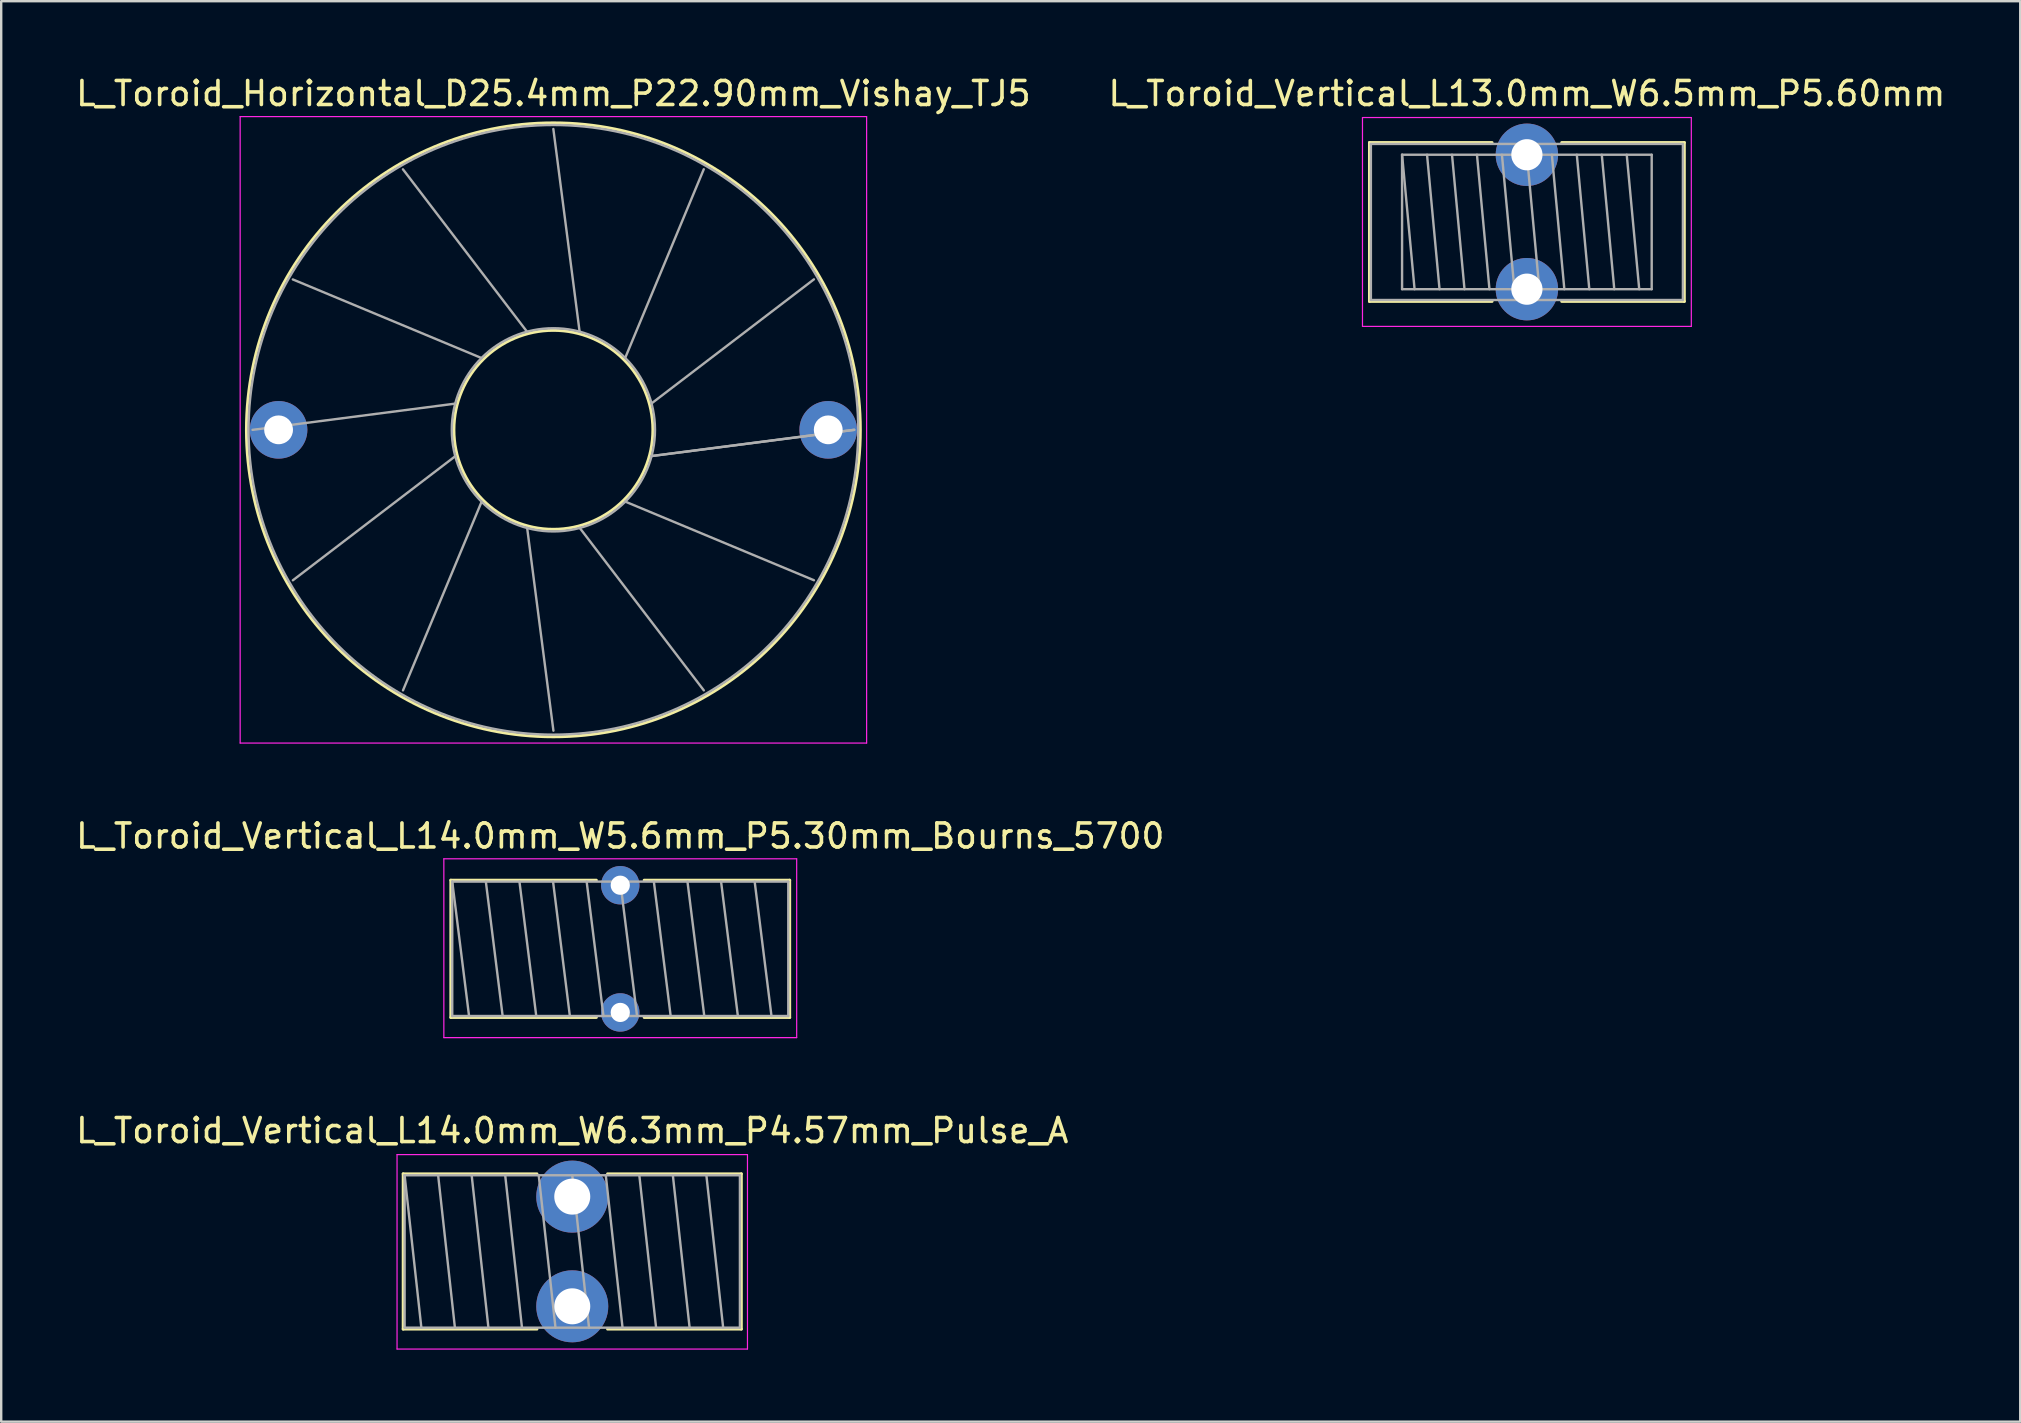
<source format=kicad_pcb>
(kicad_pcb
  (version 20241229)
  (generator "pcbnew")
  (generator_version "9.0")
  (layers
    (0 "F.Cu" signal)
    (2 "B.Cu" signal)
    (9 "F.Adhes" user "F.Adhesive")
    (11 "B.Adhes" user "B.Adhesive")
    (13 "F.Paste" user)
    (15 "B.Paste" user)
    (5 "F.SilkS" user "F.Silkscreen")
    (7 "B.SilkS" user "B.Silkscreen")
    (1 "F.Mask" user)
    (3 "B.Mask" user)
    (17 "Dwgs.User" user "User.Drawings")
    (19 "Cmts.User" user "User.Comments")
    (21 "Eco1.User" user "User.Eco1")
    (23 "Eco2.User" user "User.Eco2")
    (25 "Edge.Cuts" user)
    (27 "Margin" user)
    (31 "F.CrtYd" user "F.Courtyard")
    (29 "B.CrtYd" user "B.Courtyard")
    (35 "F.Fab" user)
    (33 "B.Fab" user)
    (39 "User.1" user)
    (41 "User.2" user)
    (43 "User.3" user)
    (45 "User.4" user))
  (footprint "L_Toroid_Horizontal_D25.4mm_P22.90mm_Vishay_TJ5"
    (layer "F.Cu")
    (at 8.556 14.858)
    (property "Reference" "L_Toroid_Horizontal_D25.4mm_P22.90mm_Vishay_TJ5" (at 11.45 -14.01 0) (layer "F.SilkS") (effects (font (size 1 1) (thickness 0.15))))
    (attr through_hole)
    (fp_circle (center 11.45 0) (end 15.593 0) (stroke (width 0.12) (type solid)) (fill no) (layer "F.SilkS"))
    (fp_circle (center 11.45 0) (end 24.24 0) (stroke (width 0.12) (type solid)) (fill no) (layer "F.SilkS"))
    (fp_line (start -1.6 -13.05) (end -1.6 13.05) (stroke (width 0.05) (type solid)) (layer "F.CrtYd"))
    (fp_line (start -1.6 13.05) (end 24.5 13.05) (stroke (width 0.05) (type solid)) (layer "F.CrtYd"))
    (fp_line (start 24.5 -13.05) (end -1.6 -13.05) (stroke (width 0.05) (type solid)) (layer "F.CrtYd"))
    (fp_line (start 24.5 13.05) (end 24.5 -13.05) (stroke (width 0.05) (type solid)) (layer "F.CrtYd"))
    (fp_line (start -1.084 0.001) (end 7.368 -1.093) (stroke (width 0.1) (type solid)) (layer "F.Fab"))
    (fp_line (start 0.594 -6.266) (end 8.461 -2.988) (stroke (width 0.1) (type solid)) (layer "F.Fab"))
    (fp_line (start 0.596 6.268) (end 7.368 1.094) (stroke (width 0.1) (type solid)) (layer "F.Fab"))
    (fp_line (start 5.182 -10.854) (end 10.356 -4.082) (stroke (width 0.1) (type solid)) (layer "F.Fab"))
    (fp_line (start 5.184 10.855) (end 8.462 2.989) (stroke (width 0.1) (type solid)) (layer "F.Fab"))
    (fp_line (start 11.448 -12.534) (end 12.543 -4.082) (stroke (width 0.1) (type solid)) (layer "F.Fab"))
    (fp_line (start 11.451 12.534) (end 10.356 4.082) (stroke (width 0.1) (type solid)) (layer "F.Fab"))
    (fp_line (start 17.715 -10.856) (end 14.438 -2.989) (stroke (width 0.1) (type solid)) (layer "F.Fab"))
    (fp_line (start 17.717 10.855) (end 12.544 4.082) (stroke (width 0.1) (type solid)) (layer "F.Fab"))
    (fp_line (start 22.304 -6.269) (end 15.532 -1.095) (stroke (width 0.1) (type solid)) (layer "F.Fab"))
    (fp_line (start 22.305 6.267) (end 14.438 2.988) (stroke (width 0.1) (type solid)) (layer "F.Fab"))
    (fp_line (start 23.984 -0.002) (end 15.532 1.093) (stroke (width 0.1) (type solid)) (layer "F.Fab"))
    (fp_line (start 23.984 0) (end 15.532 1.094) (stroke (width 0.1) (type solid)) (layer "F.Fab"))
    (fp_circle (center 11.45 0) (end 15.683 0) (stroke (width 0.1) (type solid)) (fill no) (layer "F.Fab"))
    (fp_circle (center 11.45 0) (end 24.15 0) (stroke (width 0.1) (type solid)) (fill no) (layer "F.Fab"))
    (pad "1" thru_hole circle (at 0 0) (size 2.4 2.4) (drill 1.2) (layers "*.Cu" "*.Mask"))
    (pad "2" thru_hole circle (at 22.9 0) (size 2.4 2.4) (drill 1.2) (layers "*.Cu" "*.Mask")))
  (footprint "L_Toroid_Vertical_L13.0mm_W6.5mm_P5.60mm"
    (layer "F.Cu")
    (at 60.565 3.398)
    (property "Reference" "L_Toroid_Vertical_L13.0mm_W6.5mm_P5.60mm" (at 0 -2.55 0) (layer "F.SilkS") (effects (font (size 1 1) (thickness 0.15))))
    (attr through_hole)
    (fp_line (start -6.56 -0.51) (end -6.56 6.11) (stroke (width 0.12) (type solid)) (layer "F.SilkS"))
    (fp_line (start -6.56 -0.51) (end -1.449 -0.51) (stroke (width 0.12) (type solid)) (layer "F.SilkS"))
    (fp_line (start -6.56 6.11) (end -1.449 6.11) (stroke (width 0.12) (type solid)) (layer "F.SilkS"))
    (fp_line (start 1.449 -0.51) (end 6.56 -0.51) (stroke (width 0.12) (type solid)) (layer "F.SilkS"))
    (fp_line (start 1.449 6.11) (end 6.56 6.11) (stroke (width 0.12) (type solid)) (layer "F.SilkS"))
    (fp_line (start 6.56 -0.51) (end 6.56 6.11) (stroke (width 0.12) (type solid)) (layer "F.SilkS"))
    (fp_line (start -6.85 -1.55) (end -6.85 7.15) (stroke (width 0.05) (type solid)) (layer "F.CrtYd"))
    (fp_line (start -6.85 7.15) (end 6.85 7.15) (stroke (width 0.05) (type solid)) (layer "F.CrtYd"))
    (fp_line (start 6.85 -1.55) (end -6.85 -1.55) (stroke (width 0.05) (type solid)) (layer "F.CrtYd"))
    (fp_line (start 6.85 7.15) (end 6.85 -1.55) (stroke (width 0.05) (type solid)) (layer "F.CrtYd"))
    (fp_line (start -6.5 -0.45) (end -6.5 6.05) (stroke (width 0.1) (type solid)) (layer "F.Fab"))
    (fp_line (start -6.5 6.05) (end 6.5 6.05) (stroke (width 0.1) (type solid)) (layer "F.Fab"))
    (fp_line (start -5.2 0) (end -5.2 5.6) (stroke (width 0.1) (type solid)) (layer "F.Fab"))
    (fp_line (start -5.2 0) (end -4.68 5.6) (stroke (width 0.1) (type solid)) (layer "F.Fab"))
    (fp_line (start -5.2 5.6) (end 5.2 5.6) (stroke (width 0.1) (type solid)) (layer "F.Fab"))
    (fp_line (start -4.16 0) (end -3.64 5.6) (stroke (width 0.1) (type solid)) (layer "F.Fab"))
    (fp_line (start -3.12 0) (end -2.6 5.6) (stroke (width 0.1) (type solid)) (layer "F.Fab"))
    (fp_line (start -2.08 0) (end -1.56 5.6) (stroke (width 0.1) (type solid)) (layer "F.Fab"))
    (fp_line (start -1.04 0) (end -0.52 5.6) (stroke (width 0.1) (type solid)) (layer "F.Fab"))
    (fp_line (start 0 0) (end 0.52 5.6) (stroke (width 0.1) (type solid)) (layer "F.Fab"))
    (fp_line (start 1.04 0) (end 1.56 5.6) (stroke (width 0.1) (type solid)) (layer "F.Fab"))
    (fp_line (start 2.08 0) (end 2.6 5.6) (stroke (width 0.1) (type solid)) (layer "F.Fab"))
    (fp_line (start 3.12 0) (end 3.64 5.6) (stroke (width 0.1) (type solid)) (layer "F.Fab"))
    (fp_line (start 4.16 0) (end 4.68 5.6) (stroke (width 0.1) (type solid)) (layer "F.Fab"))
    (fp_line (start 5.2 0) (end -5.2 0) (stroke (width 0.1) (type solid)) (layer "F.Fab"))
    (fp_line (start 5.2 5.6) (end 5.2 0) (stroke (width 0.1) (type solid)) (layer "F.Fab"))
    (fp_line (start 6.5 -0.45) (end -6.5 -0.45) (stroke (width 0.1) (type solid)) (layer "F.Fab"))
    (fp_line (start 6.5 6.05) (end 6.5 -0.45) (stroke (width 0.1) (type solid)) (layer "F.Fab"))
    (pad "1" thru_hole circle (at 0 0) (size 2.6 2.6) (drill 1.3) (layers "*.Cu" "*.Mask"))
    (pad "2" thru_hole circle (at 0 5.6) (size 2.6 2.6) (drill 1.3) (layers "*.Cu" "*.Mask")))
  (footprint "L_Toroid_Vertical_L14.0mm_W5.6mm_P5.30mm_Bourns_5700"
    (layer "F.Cu")
    (at 22.792 33.831)
    (property "Reference" "L_Toroid_Vertical_L14.0mm_W5.6mm_P5.30mm_Bourns_5700" (at 0 -2.05 0) (layer "F.SilkS") (effects (font (size 1 1) (thickness 0.15))))
    (attr through_hole)
    (fp_line (start -7.06 -0.21) (end -7.06 5.51) (stroke (width 0.12) (type solid)) (layer "F.SilkS"))
    (fp_line (start -7.06 -0.21) (end -0.995 -0.21) (stroke (width 0.12) (type solid)) (layer "F.SilkS"))
    (fp_line (start -7.06 5.51) (end -0.995 5.51) (stroke (width 0.12) (type solid)) (layer "F.SilkS"))
    (fp_line (start 0.995 -0.21) (end 7.06 -0.21) (stroke (width 0.12) (type solid)) (layer "F.SilkS"))
    (fp_line (start 0.995 5.51) (end 7.06 5.51) (stroke (width 0.12) (type solid)) (layer "F.SilkS"))
    (fp_line (start 7.06 -0.21) (end 7.06 5.51) (stroke (width 0.12) (type solid)) (layer "F.SilkS"))
    (fp_line (start -7.35 -1.1) (end -7.35 6.35) (stroke (width 0.05) (type solid)) (layer "F.CrtYd"))
    (fp_line (start -7.35 6.35) (end 7.35 6.35) (stroke (width 0.05) (type solid)) (layer "F.CrtYd"))
    (fp_line (start 7.35 -1.1) (end -7.35 -1.1) (stroke (width 0.05) (type solid)) (layer "F.CrtYd"))
    (fp_line (start 7.35 6.35) (end 7.35 -1.1) (stroke (width 0.05) (type solid)) (layer "F.CrtYd"))
    (fp_line (start -7 -0.15) (end -7 5.45) (stroke (width 0.1) (type solid)) (layer "F.Fab"))
    (fp_line (start -7 -0.15) (end -6.3 5.45) (stroke (width 0.1) (type solid)) (layer "F.Fab"))
    (fp_line (start -7 5.45) (end 7 5.45) (stroke (width 0.1) (type solid)) (layer "F.Fab"))
    (fp_line (start -5.6 -0.15) (end -4.9 5.45) (stroke (width 0.1) (type solid)) (layer "F.Fab"))
    (fp_line (start -4.2 -0.15) (end -3.5 5.45) (stroke (width 0.1) (type solid)) (layer "F.Fab"))
    (fp_line (start -2.8 -0.15) (end -2.1 5.45) (stroke (width 0.1) (type solid)) (layer "F.Fab"))
    (fp_line (start -1.4 -0.15) (end -0.7 5.45) (stroke (width 0.1) (type solid)) (layer "F.Fab"))
    (fp_line (start 0 -0.15) (end 0.7 5.45) (stroke (width 0.1) (type solid)) (layer "F.Fab"))
    (fp_line (start 1.4 -0.15) (end 2.1 5.45) (stroke (width 0.1) (type solid)) (layer "F.Fab"))
    (fp_line (start 2.8 -0.15) (end 3.5 5.45) (stroke (width 0.1) (type solid)) (layer "F.Fab"))
    (fp_line (start 4.2 -0.15) (end 4.9 5.45) (stroke (width 0.1) (type solid)) (layer "F.Fab"))
    (fp_line (start 5.6 -0.15) (end 6.3 5.45) (stroke (width 0.1) (type solid)) (layer "F.Fab"))
    (fp_line (start 7 -0.15) (end -7 -0.15) (stroke (width 0.1) (type solid)) (layer "F.Fab"))
    (fp_line (start 7 5.45) (end 7 -0.15) (stroke (width 0.1) (type solid)) (layer "F.Fab"))
    (pad "1" thru_hole circle (at 0 0) (size 1.6 1.6) (drill 0.8) (layers "*.Cu" "*.Mask"))
    (pad "2" thru_hole circle (at 0 5.3) (size 1.6 1.6) (drill 0.8) (layers "*.Cu" "*.Mask")))
  (footprint "L_Toroid_Vertical_L14.0mm_W6.3mm_P4.57mm_Pulse_A"
    (layer "F.Cu")
    (at 20.792 46.805)
    (property "Reference" "L_Toroid_Vertical_L14.0mm_W6.3mm_P4.57mm_Pulse_A" (at 0 -2.75 0) (layer "F.SilkS") (effects (font (size 1 1) (thickness 0.15))))
    (attr through_hole)
    (fp_line (start -7.045 -0.95) (end -7.045 5.52) (stroke (width 0.12) (type solid)) (layer "F.SilkS"))
    (fp_line (start -7.045 -0.95) (end -1.47 -0.95) (stroke (width 0.12) (type solid)) (layer "F.SilkS"))
    (fp_line (start -7.045 5.52) (end -1.47 5.52) (stroke (width 0.12) (type solid)) (layer "F.SilkS"))
    (fp_line (start 1.47 -0.95) (end 7.045 -0.95) (stroke (width 0.12) (type solid)) (layer "F.SilkS"))
    (fp_line (start 1.47 5.52) (end 7.045 5.52) (stroke (width 0.12) (type solid)) (layer "F.SilkS"))
    (fp_line (start 7.045 -0.95) (end 7.045 5.52) (stroke (width 0.12) (type solid)) (layer "F.SilkS"))
    (fp_line (start -7.3 -1.75) (end -7.3 6.35) (stroke (width 0.05) (type solid)) (layer "F.CrtYd"))
    (fp_line (start -7.3 6.35) (end 7.3 6.35) (stroke (width 0.05) (type solid)) (layer "F.CrtYd"))
    (fp_line (start 7.3 -1.75) (end -7.3 -1.75) (stroke (width 0.05) (type solid)) (layer "F.CrtYd"))
    (fp_line (start 7.3 6.35) (end 7.3 -1.75) (stroke (width 0.05) (type solid)) (layer "F.CrtYd"))
    (fp_line (start -6.985 -0.89) (end -6.985 5.46) (stroke (width 0.1) (type solid)) (layer "F.Fab"))
    (fp_line (start -6.985 -0.89) (end -6.287 5.46) (stroke (width 0.1) (type solid)) (layer "F.Fab"))
    (fp_line (start -6.985 5.46) (end 6.985 5.46) (stroke (width 0.1) (type solid)) (layer "F.Fab"))
    (fp_line (start -5.588 -0.89) (end -4.889 5.46) (stroke (width 0.1) (type solid)) (layer "F.Fab"))
    (fp_line (start -4.191 -0.89) (end -3.493 5.46) (stroke (width 0.1) (type solid)) (layer "F.Fab"))
    (fp_line (start -2.794 -0.89) (end -2.095 5.46) (stroke (width 0.1) (type solid)) (layer "F.Fab"))
    (fp_line (start -1.397 -0.89) (end -0.699 5.46) (stroke (width 0.1) (type solid)) (layer "F.Fab"))
    (fp_line (start 0 -0.89) (end 0.699 5.46) (stroke (width 0.1) (type solid)) (layer "F.Fab"))
    (fp_line (start 1.397 -0.89) (end 2.095 5.46) (stroke (width 0.1) (type solid)) (layer "F.Fab"))
    (fp_line (start 2.794 -0.89) (end 3.493 5.46) (stroke (width 0.1) (type solid)) (layer "F.Fab"))
    (fp_line (start 4.191 -0.89) (end 4.889 5.46) (stroke (width 0.1) (type solid)) (layer "F.Fab"))
    (fp_line (start 5.588 -0.89) (end 6.287 5.46) (stroke (width 0.1) (type solid)) (layer "F.Fab"))
    (fp_line (start 6.985 -0.89) (end -6.985 -0.89) (stroke (width 0.1) (type solid)) (layer "F.Fab"))
    (fp_line (start 6.985 5.46) (end 6.985 -0.89) (stroke (width 0.1) (type solid)) (layer "F.Fab"))
    (pad "1" thru_hole circle (at 0 0) (size 3 3) (drill 1.5) (layers "*.Cu" "*.Mask"))
    (pad "2" thru_hole circle (at 0 4.57) (size 3 3) (drill 1.5) (layers "*.Cu" "*.Mask")))
  (gr_rect
    (start -3 -3)
    (end 81.119 56.18)
    (stroke (width 0.1) (type default))
    (fill no)
    (layer "Edge.Cuts")))
</source>
